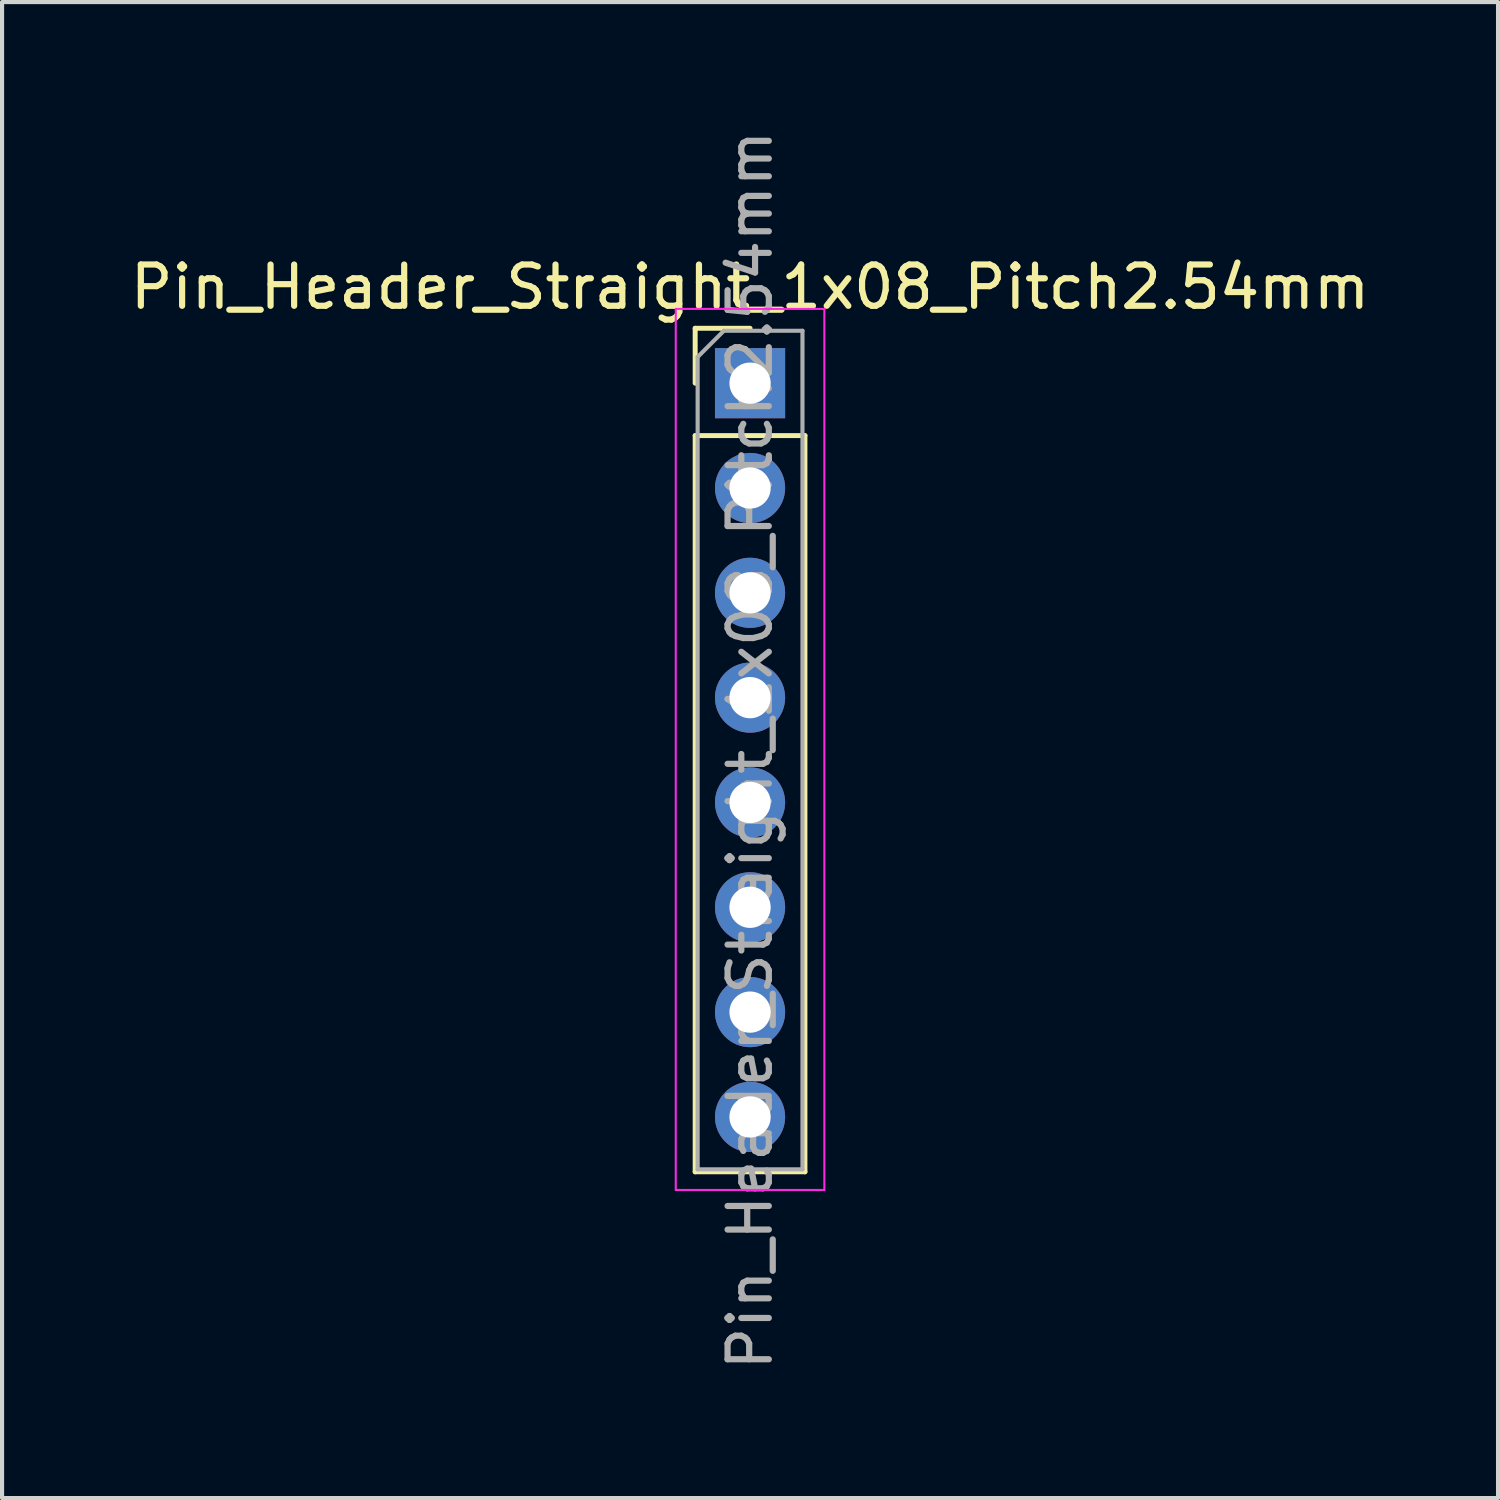
<source format=kicad_pcb>
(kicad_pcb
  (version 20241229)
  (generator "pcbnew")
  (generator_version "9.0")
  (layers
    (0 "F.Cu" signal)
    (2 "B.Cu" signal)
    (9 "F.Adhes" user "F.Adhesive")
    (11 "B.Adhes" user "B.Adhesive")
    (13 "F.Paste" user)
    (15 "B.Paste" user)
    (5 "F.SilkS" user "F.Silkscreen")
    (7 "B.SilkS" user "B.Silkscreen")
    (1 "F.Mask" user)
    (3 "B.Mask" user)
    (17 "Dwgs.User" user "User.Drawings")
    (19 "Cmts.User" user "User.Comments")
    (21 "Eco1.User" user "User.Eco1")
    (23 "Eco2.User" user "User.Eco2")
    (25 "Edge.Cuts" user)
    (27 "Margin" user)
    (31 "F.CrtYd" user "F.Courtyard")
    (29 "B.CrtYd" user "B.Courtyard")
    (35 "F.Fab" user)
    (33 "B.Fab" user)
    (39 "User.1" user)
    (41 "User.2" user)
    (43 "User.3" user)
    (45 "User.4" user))
  (footprint "Pin_Header_Straight_1x08_Pitch2.54mm"
    (layer "F.Cu")
    (at 15.125 6.235)
    (property "Reference" "Pin_Header_Straight_1x08_Pitch2.54mm" (at 0 -2.33 0) (layer "F.SilkS") (effects (font (size 1 1) (thickness 0.15))))
    (attr through_hole)
    (fp_line (start -1.33 -1.33) (end 0 -1.33) (stroke (width 0.12) (type solid)) (layer "F.SilkS"))
    (fp_line (start -1.33 0) (end -1.33 -1.33) (stroke (width 0.12) (type solid)) (layer "F.SilkS"))
    (fp_line (start -1.33 1.27) (end -1.33 19.11) (stroke (width 0.12) (type solid)) (layer "F.SilkS"))
    (fp_line (start -1.33 1.27) (end 1.33 1.27) (stroke (width 0.12) (type solid)) (layer "F.SilkS"))
    (fp_line (start -1.33 19.11) (end 1.33 19.11) (stroke (width 0.12) (type solid)) (layer "F.SilkS"))
    (fp_line (start 1.33 1.27) (end 1.33 19.11) (stroke (width 0.12) (type solid)) (layer "F.SilkS"))
    (fp_line (start -1.8 -1.8) (end -1.8 19.55) (stroke (width 0.05) (type solid)) (layer "F.CrtYd"))
    (fp_line (start -1.8 19.55) (end 1.8 19.55) (stroke (width 0.05) (type solid)) (layer "F.CrtYd"))
    (fp_line (start 1.8 -1.8) (end -1.8 -1.8) (stroke (width 0.05) (type solid)) (layer "F.CrtYd"))
    (fp_line (start 1.8 19.55) (end 1.8 -1.8) (stroke (width 0.05) (type solid)) (layer "F.CrtYd"))
    (fp_line (start -1.27 -0.635) (end -0.635 -1.27) (stroke (width 0.1) (type solid)) (layer "F.Fab"))
    (fp_line (start -1.27 19.05) (end -1.27 -0.635) (stroke (width 0.1) (type solid)) (layer "F.Fab"))
    (fp_line (start -0.635 -1.27) (end 1.27 -1.27) (stroke (width 0.1) (type solid)) (layer "F.Fab"))
    (fp_line (start 1.27 -1.27) (end 1.27 19.05) (stroke (width 0.1) (type solid)) (layer "F.Fab"))
    (fp_line (start 1.27 19.05) (end -1.27 19.05) (stroke (width 0.1) (type solid)) (layer "F.Fab"))
    (fp_text user "${REFERENCE}" (at 0 8.89 90) (layer "F.Fab") (effects (font (size 1 1) (thickness 0.15))))
    (pad "1" thru_hole rect (at 0 0) (size 1.7 1.7) (drill 1) (layers "*.Cu" "*.Mask"))
    (pad "2" thru_hole oval (at 0 2.54) (size 1.7 1.7) (drill 1) (layers "*.Cu" "*.Mask"))
    (pad "3" thru_hole oval (at 0 5.08) (size 1.7 1.7) (drill 1) (layers "*.Cu" "*.Mask"))
    (pad "4" thru_hole oval (at 0 7.62) (size 1.7 1.7) (drill 1) (layers "*.Cu" "*.Mask"))
    (pad "5" thru_hole oval (at 0 10.16) (size 1.7 1.7) (drill 1) (layers "*.Cu" "*.Mask"))
    (pad "6" thru_hole oval (at 0 12.7) (size 1.7 1.7) (drill 1) (layers "*.Cu" "*.Mask"))
    (pad "7" thru_hole oval (at 0 15.24) (size 1.7 1.7) (drill 1) (layers "*.Cu" "*.Mask"))
    (pad "8" thru_hole oval (at 0 17.78) (size 1.7 1.7) (drill 1) (layers "*.Cu" "*.Mask")))
  (gr_rect
    (start -3 -3)
    (end 33.25 33.25)
    (stroke (width 0.1) (type default))
    (fill no)
    (layer "Edge.Cuts")))
</source>
